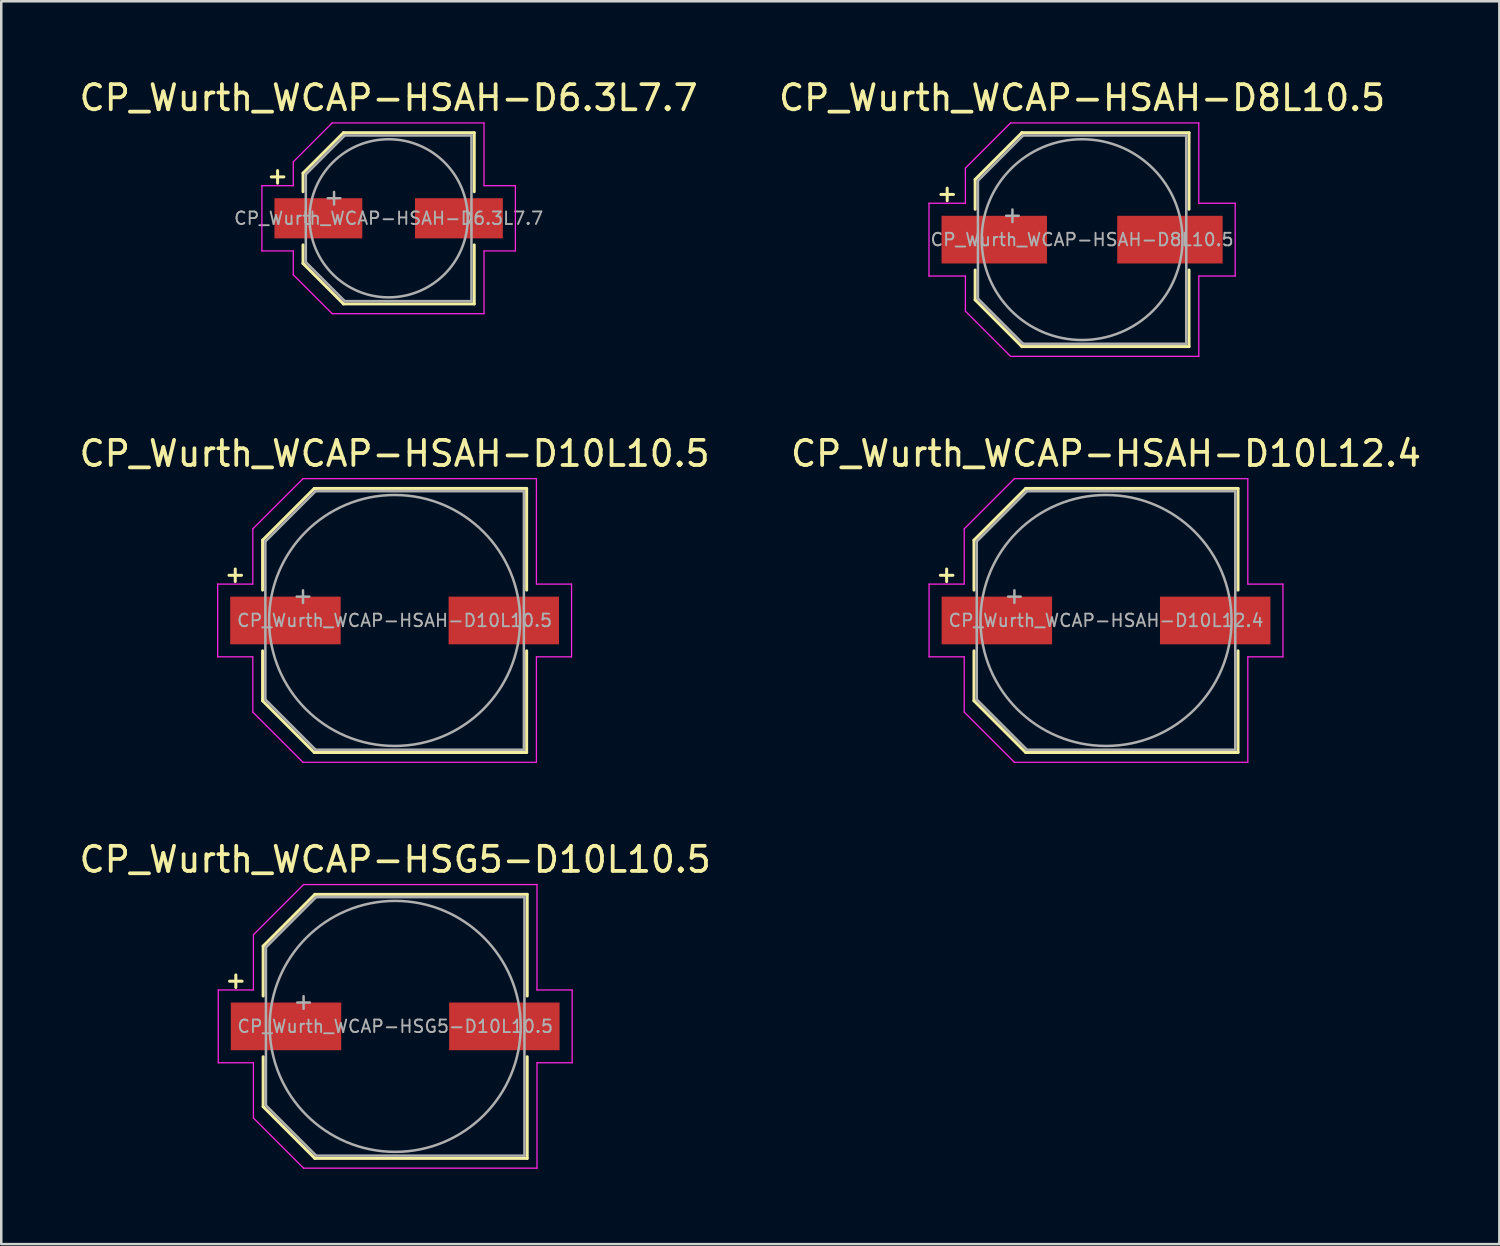
<source format=kicad_pcb>
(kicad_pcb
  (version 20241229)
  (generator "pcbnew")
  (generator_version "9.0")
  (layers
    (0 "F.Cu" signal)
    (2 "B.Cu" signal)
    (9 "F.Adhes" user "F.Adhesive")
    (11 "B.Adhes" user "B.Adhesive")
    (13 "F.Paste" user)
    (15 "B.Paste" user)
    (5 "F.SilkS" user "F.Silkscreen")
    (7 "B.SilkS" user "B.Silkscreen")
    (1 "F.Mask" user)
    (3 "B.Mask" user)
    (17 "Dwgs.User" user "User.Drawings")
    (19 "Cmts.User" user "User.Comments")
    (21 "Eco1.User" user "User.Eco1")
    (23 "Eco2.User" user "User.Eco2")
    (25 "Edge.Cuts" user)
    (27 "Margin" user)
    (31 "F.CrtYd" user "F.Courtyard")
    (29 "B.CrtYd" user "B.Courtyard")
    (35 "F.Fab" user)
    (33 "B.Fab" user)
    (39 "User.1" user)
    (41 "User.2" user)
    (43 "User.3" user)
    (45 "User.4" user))
  (footprint "CP_Wurth_WCAP-HSG5-D10L10.5"
    (layer "F.Cu")
    (at 12.696 37.845)
    (property "Reference" "CP_Wurth_WCAP-HSG5-D10L10.5" (at 0 -6.65 0) (unlocked yes) (layer "F.SilkS") (effects (font (size 1 1) (thickness 0.15))))
    (attr smd)
    (fp_line (start -6.35 -1.55) (end -6.35 -2.05) (stroke (width 0.12) (type solid)) (layer "F.SilkS"))
    (fp_line (start -6.1 -1.8) (end -6.6 -1.8) (stroke (width 0.12) (type solid)) (layer "F.SilkS"))
    (fp_line (start -5.26 -3.2) (end -5.26 -1.21) (stroke (width 0.12) (type default)) (layer "F.SilkS"))
    (fp_line (start -5.26 -3.2) (end -3.2 -5.26) (stroke (width 0.12) (type default)) (layer "F.SilkS"))
    (fp_line (start -5.26 3.2) (end -5.26 1.21) (stroke (width 0.12) (type default)) (layer "F.SilkS"))
    (fp_line (start -5.26 3.2) (end -3.2 5.26) (stroke (width 0.12) (type default)) (layer "F.SilkS"))
    (fp_line (start -3.2 -5.26) (end 5.26 -5.26) (stroke (width 0.12) (type solid)) (layer "F.SilkS"))
    (fp_line (start -3.2 5.26) (end 5.26 5.26) (stroke (width 0.12) (type solid)) (layer "F.SilkS"))
    (fp_line (start 5.26 -5.26) (end 5.26 -1.21) (stroke (width 0.12) (type default)) (layer "F.SilkS"))
    (fp_line (start 5.26 1.21) (end 5.26 5.26) (stroke (width 0.12) (type default)) (layer "F.SilkS"))
    (fp_line (start -7.05 -1.45) (end -7.05 1.45) (stroke (width 0.05) (type default)) (layer "F.CrtYd"))
    (fp_line (start -7.05 -1.45) (end -5.65 -1.45) (stroke (width 0.05) (type default)) (layer "F.CrtYd"))
    (fp_line (start -7.05 1.45) (end -5.65 1.45) (stroke (width 0.05) (type default)) (layer "F.CrtYd"))
    (fp_line (start -5.65 -3.65) (end -5.65 -1.45) (stroke (width 0.05) (type default)) (layer "F.CrtYd"))
    (fp_line (start -5.65 -3.65) (end -3.65 -5.65) (stroke (width 0.05) (type default)) (layer "F.CrtYd"))
    (fp_line (start -5.65 1.45) (end -5.65 3.65) (stroke (width 0.05) (type default)) (layer "F.CrtYd"))
    (fp_line (start -5.65 3.65) (end -3.65 5.65) (stroke (width 0.05) (type default)) (layer "F.CrtYd"))
    (fp_line (start -3.65 -5.65) (end 5.65 -5.65) (stroke (width 0.05) (type default)) (layer "F.CrtYd"))
    (fp_line (start -3.65 5.65) (end 5.65 5.65) (stroke (width 0.05) (type default)) (layer "F.CrtYd"))
    (fp_line (start 5.65 -5.65) (end 5.65 -1.45) (stroke (width 0.05) (type default)) (layer "F.CrtYd"))
    (fp_line (start 5.65 -1.45) (end 7.05 -1.45) (stroke (width 0.05) (type default)) (layer "F.CrtYd"))
    (fp_line (start 5.65 1.45) (end 5.65 5.65) (stroke (width 0.05) (type default)) (layer "F.CrtYd"))
    (fp_line (start 5.65 1.45) (end 7.05 1.45) (stroke (width 0.05) (type default)) (layer "F.CrtYd"))
    (fp_line (start 7.05 -1.45) (end 7.05 1.45) (stroke (width 0.05) (type default)) (layer "F.CrtYd"))
    (fp_line (start -5.15 -3.15) (end -3.15 -5.15) (stroke (width 0.1) (type default)) (layer "F.Fab"))
    (fp_line (start -5.15 3.15) (end -5.15 -3.15) (stroke (width 0.1) (type default)) (layer "F.Fab"))
    (fp_line (start -3.65 -0.7) (end -3.65 -1.2) (stroke (width 0.1) (type default)) (layer "F.Fab"))
    (fp_line (start -3.4 -0.95) (end -3.9 -0.95) (stroke (width 0.1) (type default)) (layer "F.Fab"))
    (fp_line (start -3.15 -5.15) (end 5.15 -5.15) (stroke (width 0.1) (type default)) (layer "F.Fab"))
    (fp_line (start -3.15 5.15) (end -5.15 3.15) (stroke (width 0.1) (type default)) (layer "F.Fab"))
    (fp_line (start 5.15 -5.15) (end 5.15 5.15) (stroke (width 0.1) (type default)) (layer "F.Fab"))
    (fp_line (start 5.15 5.15) (end -3.15 5.15) (stroke (width 0.1) (type default)) (layer "F.Fab"))
    (fp_circle (center 0 0) (end 5 0) (stroke (width 0.1) (type default)) (fill no) (layer "F.Fab"))
    (fp_text user "${REFERENCE}" (at 0 0 0) (unlocked yes) (layer "F.Fab") (effects (font (size 0.5 0.5) (thickness 0.075))))
    (pad "1" smd rect (at -4.35 0) (size 4.4 1.9) (layers "F.Cu" "F.Mask" "F.Paste"))
    (pad "2" smd rect (at 4.35 0) (size 4.4 1.9) (layers "F.Cu" "F.Mask" "F.Paste")))
  (footprint "CP_Wurth_WCAP-HSAH-D10L12.4"
    (layer "F.Cu")
    (at 41.018 21.672)
    (property "Reference" "CP_Wurth_WCAP-HSAH-D10L12.4" (at 0 -6.65 0) (unlocked yes) (layer "F.SilkS") (effects (font (size 1 1) (thickness 0.15))))
    (attr smd)
    (fp_line (start -6.35 -1.55) (end -6.35 -2.05) (stroke (width 0.12) (type solid)) (layer "F.SilkS"))
    (fp_line (start -6.1 -1.8) (end -6.6 -1.8) (stroke (width 0.12) (type solid)) (layer "F.SilkS"))
    (fp_line (start -5.26 -3.2) (end -5.26 -1.21) (stroke (width 0.12) (type default)) (layer "F.SilkS"))
    (fp_line (start -5.26 -3.2) (end -3.2 -5.26) (stroke (width 0.12) (type default)) (layer "F.SilkS"))
    (fp_line (start -5.26 3.2) (end -5.26 1.21) (stroke (width 0.12) (type default)) (layer "F.SilkS"))
    (fp_line (start -5.26 3.2) (end -3.2 5.26) (stroke (width 0.12) (type default)) (layer "F.SilkS"))
    (fp_line (start -3.2 -5.26) (end 5.26 -5.26) (stroke (width 0.12) (type solid)) (layer "F.SilkS"))
    (fp_line (start -3.2 5.26) (end 5.26 5.26) (stroke (width 0.12) (type solid)) (layer "F.SilkS"))
    (fp_line (start 5.26 -5.26) (end 5.26 -1.21) (stroke (width 0.12) (type default)) (layer "F.SilkS"))
    (fp_line (start 5.26 1.21) (end 5.26 5.26) (stroke (width 0.12) (type default)) (layer "F.SilkS"))
    (fp_line (start -7.05 -1.45) (end -7.05 1.45) (stroke (width 0.05) (type default)) (layer "F.CrtYd"))
    (fp_line (start -7.05 -1.45) (end -5.65 -1.45) (stroke (width 0.05) (type default)) (layer "F.CrtYd"))
    (fp_line (start -7.05 1.45) (end -5.65 1.45) (stroke (width 0.05) (type default)) (layer "F.CrtYd"))
    (fp_line (start -5.65 -3.65) (end -5.65 -1.45) (stroke (width 0.05) (type default)) (layer "F.CrtYd"))
    (fp_line (start -5.65 -3.65) (end -3.65 -5.65) (stroke (width 0.05) (type default)) (layer "F.CrtYd"))
    (fp_line (start -5.65 1.45) (end -5.65 3.65) (stroke (width 0.05) (type default)) (layer "F.CrtYd"))
    (fp_line (start -5.65 3.65) (end -3.65 5.65) (stroke (width 0.05) (type default)) (layer "F.CrtYd"))
    (fp_line (start -3.65 -5.65) (end 5.65 -5.65) (stroke (width 0.05) (type default)) (layer "F.CrtYd"))
    (fp_line (start -3.65 5.65) (end 5.65 5.65) (stroke (width 0.05) (type default)) (layer "F.CrtYd"))
    (fp_line (start 5.65 -5.65) (end 5.65 -1.45) (stroke (width 0.05) (type default)) (layer "F.CrtYd"))
    (fp_line (start 5.65 -1.45) (end 7.05 -1.45) (stroke (width 0.05) (type default)) (layer "F.CrtYd"))
    (fp_line (start 5.65 1.45) (end 5.65 5.65) (stroke (width 0.05) (type default)) (layer "F.CrtYd"))
    (fp_line (start 5.65 1.45) (end 7.05 1.45) (stroke (width 0.05) (type default)) (layer "F.CrtYd"))
    (fp_line (start 7.05 -1.45) (end 7.05 1.45) (stroke (width 0.05) (type default)) (layer "F.CrtYd"))
    (fp_line (start -5.15 -3.15) (end -3.15 -5.15) (stroke (width 0.1) (type default)) (layer "F.Fab"))
    (fp_line (start -5.15 3.15) (end -5.15 -3.15) (stroke (width 0.1) (type default)) (layer "F.Fab"))
    (fp_line (start -3.65 -0.7) (end -3.65 -1.2) (stroke (width 0.1) (type default)) (layer "F.Fab"))
    (fp_line (start -3.4 -0.95) (end -3.9 -0.95) (stroke (width 0.1) (type default)) (layer "F.Fab"))
    (fp_line (start -3.15 -5.15) (end 5.15 -5.15) (stroke (width 0.1) (type default)) (layer "F.Fab"))
    (fp_line (start -3.15 5.15) (end -5.15 3.15) (stroke (width 0.1) (type default)) (layer "F.Fab"))
    (fp_line (start 5.15 -5.15) (end 5.15 5.15) (stroke (width 0.1) (type default)) (layer "F.Fab"))
    (fp_line (start 5.15 5.15) (end -3.15 5.15) (stroke (width 0.1) (type default)) (layer "F.Fab"))
    (fp_circle (center 0 0) (end 5 0) (stroke (width 0.1) (type default)) (fill no) (layer "F.Fab"))
    (fp_text user "${REFERENCE}" (at 0 0 0) (unlocked yes) (layer "F.Fab") (effects (font (size 0.5 0.5) (thickness 0.075))))
    (pad "1" smd rect (at -4.35 0) (size 4.4 1.9) (layers "F.Cu" "F.Mask" "F.Paste"))
    (pad "2" smd rect (at 4.35 0) (size 4.4 1.9) (layers "F.Cu" "F.Mask" "F.Paste")))
  (footprint "CP_Wurth_WCAP-HSAH-D6.3L7.7"
    (layer "F.Cu")
    (at 12.435 5.648)
    (property "Reference" "CP_Wurth_WCAP-HSAH-D6.3L7.7" (at 0 -4.8 0) (unlocked yes) (layer "F.SilkS") (effects (font (size 1 1) (thickness 0.15))))
    (attr smd)
    (fp_line (start -4.425 -1.4) (end -4.425 -1.9) (stroke (width 0.12) (type solid)) (layer "F.SilkS"))
    (fp_line (start -4.175 -1.65) (end -4.675 -1.65) (stroke (width 0.12) (type solid)) (layer "F.SilkS"))
    (fp_line (start -3.41 -1.8) (end -3.41 -1.06) (stroke (width 0.12) (type default)) (layer "F.SilkS"))
    (fp_line (start -3.41 -1.8) (end -1.8 -3.41) (stroke (width 0.12) (type default)) (layer "F.SilkS"))
    (fp_line (start -3.41 1.8) (end -3.41 1.06) (stroke (width 0.12) (type default)) (layer "F.SilkS"))
    (fp_line (start -3.41 1.8) (end -1.8 3.41) (stroke (width 0.12) (type default)) (layer "F.SilkS"))
    (fp_line (start -1.8 -3.41) (end 3.41 -3.41) (stroke (width 0.12) (type solid)) (layer "F.SilkS"))
    (fp_line (start -1.8 3.41) (end 3.41 3.41) (stroke (width 0.12) (type solid)) (layer "F.SilkS"))
    (fp_line (start 3.41 -3.41) (end 3.41 -1.06) (stroke (width 0.12) (type default)) (layer "F.SilkS"))
    (fp_line (start 3.41 1.06) (end 3.41 3.41) (stroke (width 0.12) (type default)) (layer "F.SilkS"))
    (fp_line (start -5.05 -1.3) (end -5.05 1.3) (stroke (width 0.05) (type default)) (layer "F.CrtYd"))
    (fp_line (start -5.05 -1.3) (end -3.8 -1.3) (stroke (width 0.05) (type default)) (layer "F.CrtYd"))
    (fp_line (start -5.05 1.3) (end -3.8 1.3) (stroke (width 0.05) (type default)) (layer "F.CrtYd"))
    (fp_line (start -3.8 -2.25) (end -3.8 -1.3) (stroke (width 0.05) (type default)) (layer "F.CrtYd"))
    (fp_line (start -3.8 -2.25) (end -2.25 -3.8) (stroke (width 0.05) (type default)) (layer "F.CrtYd"))
    (fp_line (start -3.8 1.3) (end -3.8 2.25) (stroke (width 0.05) (type default)) (layer "F.CrtYd"))
    (fp_line (start -3.8 2.25) (end -2.25 3.8) (stroke (width 0.05) (type default)) (layer "F.CrtYd"))
    (fp_line (start -2.25 -3.8) (end 3.8 -3.8) (stroke (width 0.05) (type default)) (layer "F.CrtYd"))
    (fp_line (start -2.25 3.8) (end 3.8 3.8) (stroke (width 0.05) (type default)) (layer "F.CrtYd"))
    (fp_line (start 3.8 -3.8) (end 3.8 -1.3) (stroke (width 0.05) (type default)) (layer "F.CrtYd"))
    (fp_line (start 3.8 -1.3) (end 5.05 -1.3) (stroke (width 0.05) (type default)) (layer "F.CrtYd"))
    (fp_line (start 3.8 1.3) (end 3.8 3.8) (stroke (width 0.05) (type default)) (layer "F.CrtYd"))
    (fp_line (start 3.8 1.3) (end 5.05 1.3) (stroke (width 0.05) (type default)) (layer "F.CrtYd"))
    (fp_line (start 5.05 -1.3) (end 5.05 1.3) (stroke (width 0.05) (type default)) (layer "F.CrtYd"))
    (fp_line (start -3.3 -1.75) (end -1.75 -3.3) (stroke (width 0.1) (type default)) (layer "F.Fab"))
    (fp_line (start -3.3 1.75) (end -3.3 -1.75) (stroke (width 0.1) (type default)) (layer "F.Fab"))
    (fp_line (start -2.175 -0.55) (end -2.175 -1.05) (stroke (width 0.1) (type default)) (layer "F.Fab"))
    (fp_line (start -1.925 -0.8) (end -2.425 -0.8) (stroke (width 0.1) (type default)) (layer "F.Fab"))
    (fp_line (start -1.75 -3.3) (end 3.3 -3.3) (stroke (width 0.1) (type default)) (layer "F.Fab"))
    (fp_line (start -1.75 3.3) (end -3.3 1.75) (stroke (width 0.1) (type default)) (layer "F.Fab"))
    (fp_line (start 3.3 -3.3) (end 3.3 3.3) (stroke (width 0.1) (type default)) (layer "F.Fab"))
    (fp_line (start 3.3 3.3) (end -1.75 3.3) (stroke (width 0.1) (type default)) (layer "F.Fab"))
    (fp_circle (center 0 0) (end 3.15 0) (stroke (width 0.1) (type default)) (fill no) (layer "F.Fab"))
    (fp_text user "${REFERENCE}" (at 0 0 0) (unlocked yes) (layer "F.Fab") (effects (font (size 0.5 0.5) (thickness 0.075))))
    (pad "1" smd rect (at -2.8 0) (size 3.5 1.6) (layers "F.Cu" "F.Mask" "F.Paste"))
    (pad "2" smd rect (at 2.8 0) (size 3.5 1.6) (layers "F.Cu" "F.Mask" "F.Paste")))
  (footprint "CP_Wurth_WCAP-HSAH-D8L10.5"
    (layer "F.Cu")
    (at 40.065 6.498)
    (property "Reference" "CP_Wurth_WCAP-HSAH-D8L10.5" (at 0 -5.65 0) (unlocked yes) (layer "F.SilkS") (effects (font (size 1 1) (thickness 0.15))))
    (attr smd)
    (fp_line (start -5.375 -1.55) (end -5.375 -2.05) (stroke (width 0.12) (type solid)) (layer "F.SilkS"))
    (fp_line (start -5.125 -1.8) (end -5.625 -1.8) (stroke (width 0.12) (type solid)) (layer "F.SilkS"))
    (fp_line (start -4.26 -2.4) (end -4.26 -1.21) (stroke (width 0.12) (type default)) (layer "F.SilkS"))
    (fp_line (start -4.26 -2.4) (end -2.4 -4.26) (stroke (width 0.12) (type default)) (layer "F.SilkS"))
    (fp_line (start -4.26 2.4) (end -4.26 1.21) (stroke (width 0.12) (type default)) (layer "F.SilkS"))
    (fp_line (start -4.26 2.4) (end -2.4 4.26) (stroke (width 0.12) (type default)) (layer "F.SilkS"))
    (fp_line (start -2.4 -4.26) (end 4.26 -4.26) (stroke (width 0.12) (type solid)) (layer "F.SilkS"))
    (fp_line (start -2.4 4.26) (end 4.26 4.26) (stroke (width 0.12) (type solid)) (layer "F.SilkS"))
    (fp_line (start 4.26 -4.26) (end 4.26 -1.21) (stroke (width 0.12) (type default)) (layer "F.SilkS"))
    (fp_line (start 4.26 1.21) (end 4.26 4.26) (stroke (width 0.12) (type default)) (layer "F.SilkS"))
    (fp_line (start -6.1 -1.45) (end -6.1 1.45) (stroke (width 0.05) (type default)) (layer "F.CrtYd"))
    (fp_line (start -6.1 -1.45) (end -4.65 -1.45) (stroke (width 0.05) (type default)) (layer "F.CrtYd"))
    (fp_line (start -6.1 1.45) (end -4.65 1.45) (stroke (width 0.05) (type default)) (layer "F.CrtYd"))
    (fp_line (start -4.65 -2.85) (end -4.65 -1.45) (stroke (width 0.05) (type default)) (layer "F.CrtYd"))
    (fp_line (start -4.65 -2.85) (end -2.85 -4.65) (stroke (width 0.05) (type default)) (layer "F.CrtYd"))
    (fp_line (start -4.65 1.45) (end -4.65 2.85) (stroke (width 0.05) (type default)) (layer "F.CrtYd"))
    (fp_line (start -4.65 2.85) (end -2.85 4.65) (stroke (width 0.05) (type default)) (layer "F.CrtYd"))
    (fp_line (start -2.85 -4.65) (end 4.65 -4.65) (stroke (width 0.05) (type default)) (layer "F.CrtYd"))
    (fp_line (start -2.85 4.65) (end 4.65 4.65) (stroke (width 0.05) (type default)) (layer "F.CrtYd"))
    (fp_line (start 4.65 -4.65) (end 4.65 -1.45) (stroke (width 0.05) (type default)) (layer "F.CrtYd"))
    (fp_line (start 4.65 -1.45) (end 6.1 -1.45) (stroke (width 0.05) (type default)) (layer "F.CrtYd"))
    (fp_line (start 4.65 1.45) (end 4.65 4.65) (stroke (width 0.05) (type default)) (layer "F.CrtYd"))
    (fp_line (start 4.65 1.45) (end 6.1 1.45) (stroke (width 0.05) (type default)) (layer "F.CrtYd"))
    (fp_line (start 6.1 -1.45) (end 6.1 1.45) (stroke (width 0.05) (type default)) (layer "F.CrtYd"))
    (fp_line (start -4.15 -2.35) (end -2.35 -4.15) (stroke (width 0.1) (type default)) (layer "F.Fab"))
    (fp_line (start -4.15 2.35) (end -4.15 -2.35) (stroke (width 0.1) (type default)) (layer "F.Fab"))
    (fp_line (start -2.775 -0.7) (end -2.775 -1.2) (stroke (width 0.1) (type default)) (layer "F.Fab"))
    (fp_line (start -2.525 -0.95) (end -3.025 -0.95) (stroke (width 0.1) (type default)) (layer "F.Fab"))
    (fp_line (start -2.35 -4.15) (end 4.15 -4.15) (stroke (width 0.1) (type default)) (layer "F.Fab"))
    (fp_line (start -2.35 4.15) (end -4.15 2.35) (stroke (width 0.1) (type default)) (layer "F.Fab"))
    (fp_line (start 4.15 -4.15) (end 4.15 4.15) (stroke (width 0.1) (type default)) (layer "F.Fab"))
    (fp_line (start 4.15 4.15) (end -2.35 4.15) (stroke (width 0.1) (type default)) (layer "F.Fab"))
    (fp_circle (center 0 0) (end 4 0) (stroke (width 0.1) (type default)) (fill no) (layer "F.Fab"))
    (fp_text user "${REFERENCE}" (at 0 0 0) (unlocked yes) (layer "F.Fab") (effects (font (size 0.5 0.5) (thickness 0.075))))
    (pad "1" smd rect (at -3.5 0) (size 4.2 1.9) (layers "F.Cu" "F.Mask" "F.Paste"))
    (pad "2" smd rect (at 3.5 0) (size 4.2 1.9) (layers "F.Cu" "F.Mask" "F.Paste")))
  (footprint "CP_Wurth_WCAP-HSAH-D10L10.5"
    (layer "F.Cu")
    (at 12.673 21.672)
    (property "Reference" "CP_Wurth_WCAP-HSAH-D10L10.5" (at 0 -6.65 0) (unlocked yes) (layer "F.SilkS") (effects (font (size 1 1) (thickness 0.15))))
    (attr smd)
    (fp_line (start -6.35 -1.55) (end -6.35 -2.05) (stroke (width 0.12) (type solid)) (layer "F.SilkS"))
    (fp_line (start -6.1 -1.8) (end -6.6 -1.8) (stroke (width 0.12) (type solid)) (layer "F.SilkS"))
    (fp_line (start -5.26 -3.2) (end -5.26 -1.21) (stroke (width 0.12) (type default)) (layer "F.SilkS"))
    (fp_line (start -5.26 -3.2) (end -3.2 -5.26) (stroke (width 0.12) (type default)) (layer "F.SilkS"))
    (fp_line (start -5.26 3.2) (end -5.26 1.21) (stroke (width 0.12) (type default)) (layer "F.SilkS"))
    (fp_line (start -5.26 3.2) (end -3.2 5.26) (stroke (width 0.12) (type default)) (layer "F.SilkS"))
    (fp_line (start -3.2 -5.26) (end 5.26 -5.26) (stroke (width 0.12) (type solid)) (layer "F.SilkS"))
    (fp_line (start -3.2 5.26) (end 5.26 5.26) (stroke (width 0.12) (type solid)) (layer "F.SilkS"))
    (fp_line (start 5.26 -5.26) (end 5.26 -1.21) (stroke (width 0.12) (type default)) (layer "F.SilkS"))
    (fp_line (start 5.26 1.21) (end 5.26 5.26) (stroke (width 0.12) (type default)) (layer "F.SilkS"))
    (fp_line (start -7.05 -1.45) (end -7.05 1.45) (stroke (width 0.05) (type default)) (layer "F.CrtYd"))
    (fp_line (start -7.05 -1.45) (end -5.65 -1.45) (stroke (width 0.05) (type default)) (layer "F.CrtYd"))
    (fp_line (start -7.05 1.45) (end -5.65 1.45) (stroke (width 0.05) (type default)) (layer "F.CrtYd"))
    (fp_line (start -5.65 -3.65) (end -5.65 -1.45) (stroke (width 0.05) (type default)) (layer "F.CrtYd"))
    (fp_line (start -5.65 -3.65) (end -3.65 -5.65) (stroke (width 0.05) (type default)) (layer "F.CrtYd"))
    (fp_line (start -5.65 1.45) (end -5.65 3.65) (stroke (width 0.05) (type default)) (layer "F.CrtYd"))
    (fp_line (start -5.65 3.65) (end -3.65 5.65) (stroke (width 0.05) (type default)) (layer "F.CrtYd"))
    (fp_line (start -3.65 -5.65) (end 5.65 -5.65) (stroke (width 0.05) (type default)) (layer "F.CrtYd"))
    (fp_line (start -3.65 5.65) (end 5.65 5.65) (stroke (width 0.05) (type default)) (layer "F.CrtYd"))
    (fp_line (start 5.65 -5.65) (end 5.65 -1.45) (stroke (width 0.05) (type default)) (layer "F.CrtYd"))
    (fp_line (start 5.65 -1.45) (end 7.05 -1.45) (stroke (width 0.05) (type default)) (layer "F.CrtYd"))
    (fp_line (start 5.65 1.45) (end 5.65 5.65) (stroke (width 0.05) (type default)) (layer "F.CrtYd"))
    (fp_line (start 5.65 1.45) (end 7.05 1.45) (stroke (width 0.05) (type default)) (layer "F.CrtYd"))
    (fp_line (start 7.05 -1.45) (end 7.05 1.45) (stroke (width 0.05) (type default)) (layer "F.CrtYd"))
    (fp_line (start -5.15 -3.15) (end -3.15 -5.15) (stroke (width 0.1) (type default)) (layer "F.Fab"))
    (fp_line (start -5.15 3.15) (end -5.15 -3.15) (stroke (width 0.1) (type default)) (layer "F.Fab"))
    (fp_line (start -3.65 -0.7) (end -3.65 -1.2) (stroke (width 0.1) (type default)) (layer "F.Fab"))
    (fp_line (start -3.4 -0.95) (end -3.9 -0.95) (stroke (width 0.1) (type default)) (layer "F.Fab"))
    (fp_line (start -3.15 -5.15) (end 5.15 -5.15) (stroke (width 0.1) (type default)) (layer "F.Fab"))
    (fp_line (start -3.15 5.15) (end -5.15 3.15) (stroke (width 0.1) (type default)) (layer "F.Fab"))
    (fp_line (start 5.15 -5.15) (end 5.15 5.15) (stroke (width 0.1) (type default)) (layer "F.Fab"))
    (fp_line (start 5.15 5.15) (end -3.15 5.15) (stroke (width 0.1) (type default)) (layer "F.Fab"))
    (fp_circle (center 0 0) (end 5 0) (stroke (width 0.1) (type default)) (fill no) (layer "F.Fab"))
    (fp_text user "${REFERENCE}" (at 0 0 0) (unlocked yes) (layer "F.Fab") (effects (font (size 0.5 0.5) (thickness 0.075))))
    (pad "1" smd rect (at -4.35 0) (size 4.4 1.9) (layers "F.Cu" "F.Mask" "F.Paste"))
    (pad "2" smd rect (at 4.35 0) (size 4.4 1.9) (layers "F.Cu" "F.Mask" "F.Paste")))
  (gr_rect
    (start -3 -3)
    (end 56.69 46.52)
    (stroke (width 0.1) (type default))
    (fill no)
    (layer "Edge.Cuts")))
</source>
